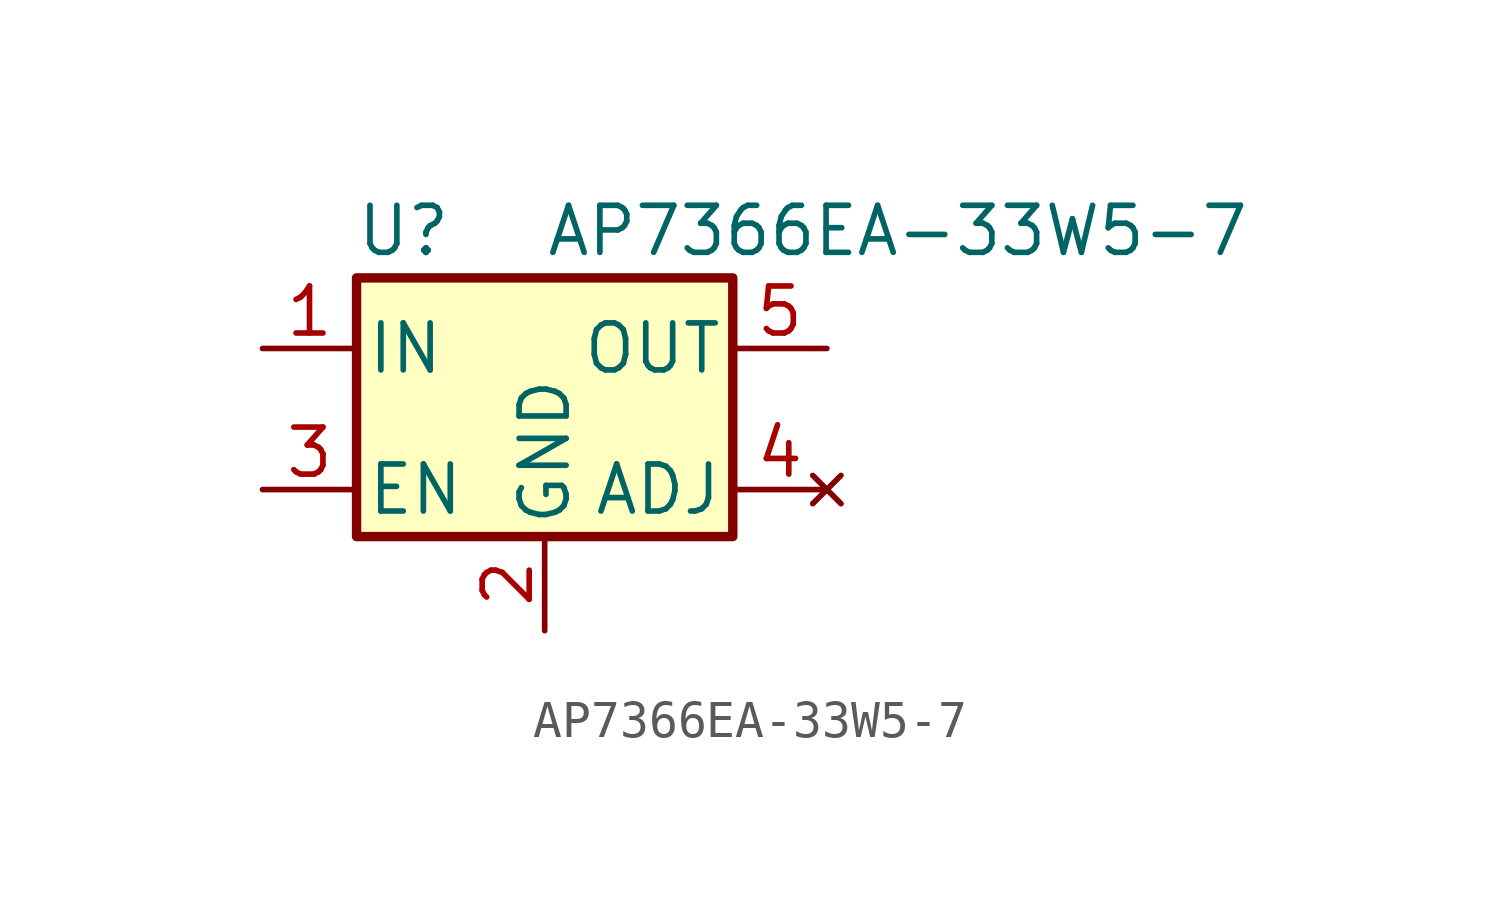
<source format=kicad_sym>
(kicad_symbol_lib
  (version 20220914)
  (generator kicad_symbol_editor)
  (symbol "AP7366EA-33W5-7"
    (pin_names
      (offset 0.254))
    (property "Reference" "U"
      (at -3.81 3.175 0)
      (effects (font (size 1.27 1.27))))
    (property "Value" "AP7366EA-33W5-7"
      (at 0 3.175 0)
      (effects (font (size 1.27 1.27)) (justify left)))
    (symbol "AP7366EA-33W5-7_0_1"
      (rectangle (start -5.08 1.905) (end 5.08 -5.08) (stroke (width 0.254) (type default)) (fill (type background))))
    (symbol "AP7366EA-33W5-7_1_1"
      (pin power_in line (at -7.62 0 0) (length 2.54) (name "IN" (effects (font (size 1.27 1.27)))) (number "1" (effects (font (size 1.27 1.27)))))
      (pin power_in line (at 0 -7.62 90) (length 2.54) (name "GND" (effects (font (size 1.27 1.27)))) (number "2" (effects (font (size 1.27 1.27)))))
      (pin input line (at -7.62 -3.81 0) (length 2.54) (name "EN" (effects (font (size 1.27 1.27)))) (number "3" (effects (font (size 1.27 1.27)))))
      (pin no_connect line (at 7.62 -3.81 180) (length 2.54) (name "ADJ" (effects (font (size 1.27 1.27)))) (number "4" (effects (font (size 1.27 1.27)))))
      (pin power_out line (at 7.62 0 180) (length 2.54) (name "OUT" (effects (font (size 1.27 1.27)))) (number "5" (effects (font (size 1.27 1.27))))))))
</source>
